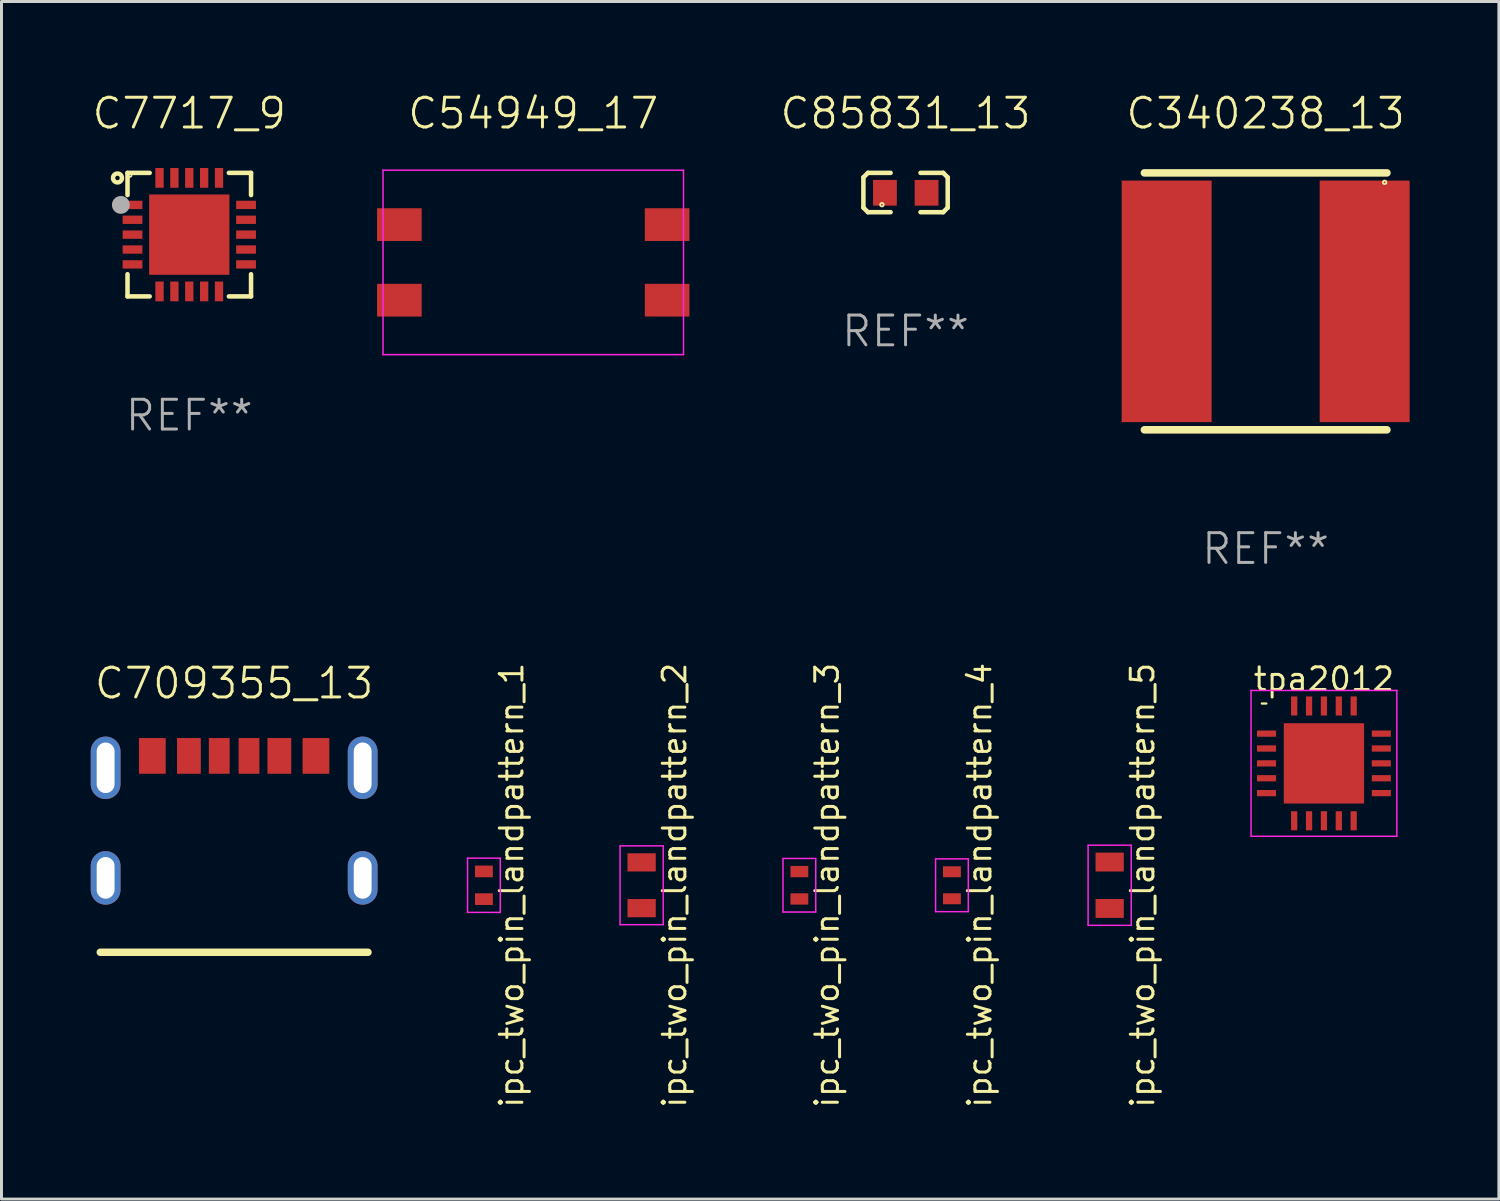
<source format=kicad_pcb>
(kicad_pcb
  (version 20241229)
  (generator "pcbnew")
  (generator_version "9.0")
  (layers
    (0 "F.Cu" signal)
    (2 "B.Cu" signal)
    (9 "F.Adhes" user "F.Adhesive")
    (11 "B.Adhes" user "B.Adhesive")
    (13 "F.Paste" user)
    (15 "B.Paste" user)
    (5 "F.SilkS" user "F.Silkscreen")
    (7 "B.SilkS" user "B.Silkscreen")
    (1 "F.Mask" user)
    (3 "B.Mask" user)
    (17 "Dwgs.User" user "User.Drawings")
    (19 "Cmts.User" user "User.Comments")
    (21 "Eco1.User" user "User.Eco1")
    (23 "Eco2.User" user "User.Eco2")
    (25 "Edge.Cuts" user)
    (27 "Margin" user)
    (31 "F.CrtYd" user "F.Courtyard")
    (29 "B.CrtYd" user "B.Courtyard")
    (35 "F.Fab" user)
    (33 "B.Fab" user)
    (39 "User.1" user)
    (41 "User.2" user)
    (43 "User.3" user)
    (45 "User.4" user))
  (footprint "ipc_two_pin_landpattern_1"
    (layer "F.Cu")
    (at 13.215 26.706)
    (property "Reference" "ipc_two_pin_landpattern_1" (at 0.931 0 90) (layer "F.SilkS") (effects (font (size 0.762 0.762) (thickness 0.1))))
    (attr through_hole)
    (fp_poly (pts (xy -0.45 -0.12) (xy 0.45 -0.12) (xy 0.45 -0.812) (xy -0.45 -0.812)) (stroke (width 0) (type solid)) (fill yes) (layer "F.Mask"))
    (fp_poly (pts (xy -0.45 0.812) (xy 0.45 0.812) (xy 0.45 0.12) (xy -0.45 0.12)) (stroke (width 0) (type solid)) (fill yes) (layer "F.Mask"))
    (fp_line (start -0.55 -0.912) (end -0.55 0.912) (stroke (width 0.05) (type solid)) (layer "F.CrtYd"))
    (fp_line (start -0.55 0.912) (end 0.55 0.912) (stroke (width 0.05) (type solid)) (layer "F.CrtYd"))
    (fp_line (start 0.55 -0.912) (end -0.55 -0.912) (stroke (width 0.05) (type solid)) (layer "F.CrtYd"))
    (fp_line (start 0.55 0.912) (end 0.55 -0.912) (stroke (width 0.05) (type solid)) (layer "F.CrtYd"))
    (pad "1" smd rect (at 0 -0.466) (size 0.6 0.393) (layers "F.Cu" "F.Paste"))
    (pad "2" smd rect (at 0 0.466) (size 0.6 0.393) (layers "F.Cu" "F.Paste")))
  (footprint "C85831_13"
    (layer "F.Cu")
    (at 27.388 3.421)
    (property "Reference" "C85831_13" (at 0 -2.661 0) (layer "F.SilkS") (effects (font (size 1 1) (thickness 0.1))))
    (attr through_hole)
    (fp_line (start -1.417 -0.508) (end -1.265 -0.661) (stroke (width 0.152) (type solid)) (layer "F.SilkS"))
    (fp_line (start -1.417 0.508) (end -1.417 -0.508) (stroke (width 0.152) (type solid)) (layer "F.SilkS"))
    (fp_line (start -1.265 -0.661) (end -0.503 -0.661) (stroke (width 0.152) (type solid)) (layer "F.SilkS"))
    (fp_line (start -1.265 0.661) (end -1.417 0.508) (stroke (width 0.152) (type solid)) (layer "F.SilkS"))
    (fp_line (start -1.265 0.661) (end -0.503 0.661) (stroke (width 0.152) (type solid)) (layer "F.SilkS"))
    (fp_line (start 1.265 -0.661) (end 0.503 -0.661) (stroke (width 0.152) (type solid)) (layer "F.SilkS"))
    (fp_line (start 1.265 -0.661) (end 1.417 -0.508) (stroke (width 0.152) (type solid)) (layer "F.SilkS"))
    (fp_line (start 1.265 0.661) (end 0.503 0.661) (stroke (width 0.152) (type solid)) (layer "F.SilkS"))
    (fp_line (start 1.417 -0.508) (end 1.417 0.508) (stroke (width 0.152) (type solid)) (layer "F.SilkS"))
    (fp_line (start 1.417 0.508) (end 1.265 0.661) (stroke (width 0.152) (type solid)) (layer "F.SilkS"))
    (fp_arc (start -0.763272 0.409246) (mid -0.823266 0.409246) (end -0.763272 0.409246) (stroke (width 0.059995) (type solid)) (layer "F.SilkS"))
    (fp_text user "REF**" (at 0 4.661 0) (layer "F.Fab") (effects (font (size 1 1) (thickness 0.1))))
    (pad "1" smd rect (at -0.693 0.009 180) (size 0.8 0.864) (layers "F.Cu" "F.Mask" "F.Paste"))
    (pad "2" smd rect (at 0.707 0.009 180) (size 0.8 0.864) (layers "F.Cu" "F.Mask" "F.Paste")))
  (footprint "C340238_13"
    (layer "F.Cu")
    (at 39.492 7.079)
    (property "Reference" "C340238_13" (at 0 -6.318 0) (layer "F.SilkS") (effects (font (size 1 1) (thickness 0.1))))
    (attr through_hole)
    (fp_line (start -4.076 -4.318) (end 4.076 -4.318) (stroke (width 0.254) (type solid)) (layer "F.SilkS"))
    (fp_line (start -4.076 4.318) (end 4.076 4.318) (stroke (width 0.254) (type solid)) (layer "F.SilkS"))
    (fp_arc (start 4.029972 -4) (mid 3.970028 -4) (end 4.029972 -4) (stroke (width 0.059995) (type solid)) (layer "F.SilkS"))
    (fp_text user "REF**" (at 0 8.318 0) (layer "F.Fab") (effects (font (size 1 1) (thickness 0.1))))
    (pad "1" smd rect (at 3.328 0) (size 3.024 8.12) (layers "F.Cu" "F.Mask" "F.Paste"))
    (pad "2" smd rect (at -3.328 0) (size 3.024 8.12) (layers "F.Cu" "F.Mask" "F.Paste")))
  (footprint "C7717_9"
    (layer "F.Cu")
    (at 3.312 4.837)
    (property "Reference" "C7717_9" (at 0 -4.076 0) (layer "F.SilkS") (effects (font (size 1 1) (thickness 0.1))))
    (attr through_hole)
    (fp_line (start -2.076 -2.076) (end -2.076 -1.331) (stroke (width 0.152) (type solid)) (layer "F.SilkS"))
    (fp_line (start -2.076 2.076) (end -2.076 1.331) (stroke (width 0.152) (type solid)) (layer "F.SilkS"))
    (fp_line (start -1.331 -2.076) (end -2.076 -2.076) (stroke (width 0.152) (type solid)) (layer "F.SilkS"))
    (fp_line (start -1.331 2.076) (end -2.076 2.076) (stroke (width 0.152) (type solid)) (layer "F.SilkS"))
    (fp_line (start 1.331 -2.076) (end 2.076 -2.076) (stroke (width 0.152) (type solid)) (layer "F.SilkS"))
    (fp_line (start 1.331 2.076) (end 2.076 2.076) (stroke (width 0.152) (type solid)) (layer "F.SilkS"))
    (fp_line (start 2.076 -2.076) (end 2.076 -1.331) (stroke (width 0.152) (type solid)) (layer "F.SilkS"))
    (fp_line (start 2.076 2.076) (end 2.076 1.331) (stroke (width 0.152) (type solid)) (layer "F.SilkS"))
    (fp_arc (start -2.338075 -1.905004) (mid -2.487935 -1.905004) (end -2.338075 -1.905004) (stroke (width 0.150013) (type solid)) (layer "F.SilkS"))
    (fp_arc (start -1.970028 -2) (mid -2.029972 -2) (end -1.970028 -2) (stroke (width 0.059995) (type solid)) (layer "F.SilkS"))
    (fp_arc (start -2.14986 -1) (mid -2.45009 -1) (end -2.14986 -1) (stroke (width 0.3) (type solid)) (layer "F.Fab"))
    (fp_text user "REF**" (at 0 6.076 0) (layer "F.Fab") (effects (font (size 1 1) (thickness 0.1))))
    (pad "1" smd rect (at -1.908 -1) (size 0.665 0.28) (layers "F.Cu" "F.Mask" "F.Paste"))
    (pad "2" smd rect (at -1.908 -0.5) (size 0.665 0.28) (layers "F.Cu" "F.Mask" "F.Paste"))
    (pad "3" smd rect (at -1.908 0) (size 0.665 0.28) (layers "F.Cu" "F.Mask" "F.Paste"))
    (pad "4" smd rect (at -1.908 0.5) (size 0.665 0.28) (layers "F.Cu" "F.Mask" "F.Paste"))
    (pad "5" smd rect (at -1.908 1) (size 0.665 0.28) (layers "F.Cu" "F.Mask" "F.Paste"))
    (pad "6" smd rect (at -1 1.908) (size 0.28 0.665) (layers "F.Cu" "F.Mask" "F.Paste"))
    (pad "7" smd rect (at -0.5 1.908) (size 0.28 0.665) (layers "F.Cu" "F.Mask" "F.Paste"))
    (pad "8" smd rect (at 0 1.908) (size 0.28 0.665) (layers "F.Cu" "F.Mask" "F.Paste"))
    (pad "9" smd rect (at 0.5 1.908) (size 0.28 0.665) (layers "F.Cu" "F.Mask" "F.Paste"))
    (pad "10" smd rect (at 1 1.908) (size 0.28 0.665) (layers "F.Cu" "F.Mask" "F.Paste"))
    (pad "11" smd rect (at 1.908 1) (size 0.665 0.28) (layers "F.Cu" "F.Mask" "F.Paste"))
    (pad "12" smd rect (at 1.908 0.5) (size 0.665 0.28) (layers "F.Cu" "F.Mask" "F.Paste"))
    (pad "13" smd rect (at 1.908 0) (size 0.665 0.28) (layers "F.Cu" "F.Mask" "F.Paste"))
    (pad "14" smd rect (at 1.908 -0.5) (size 0.665 0.28) (layers "F.Cu" "F.Mask" "F.Paste"))
    (pad "15" smd rect (at 1.908 -1) (size 0.665 0.28) (layers "F.Cu" "F.Mask" "F.Paste"))
    (pad "16" smd rect (at 1 -1.908) (size 0.28 0.665) (layers "F.Cu" "F.Mask" "F.Paste"))
    (pad "17" smd rect (at 0.5 -1.908) (size 0.28 0.665) (layers "F.Cu" "F.Mask" "F.Paste"))
    (pad "18" smd rect (at 0 -1.908) (size 0.28 0.665) (layers "F.Cu" "F.Mask" "F.Paste"))
    (pad "19" smd rect (at -0.5 -1.908) (size 0.28 0.665) (layers "F.Cu" "F.Mask" "F.Paste"))
    (pad "20" smd rect (at -1 -1.908) (size 0.28 0.665) (layers "F.Cu" "F.Mask" "F.Paste"))
    (pad "21" smd rect (at 0 0) (size 2.7 2.7) (layers "F.Cu" "F.Mask" "F.Paste")))
  (footprint "ipc_two_pin_landpattern_3"
    (layer "F.Cu")
    (at 23.819 26.706)
    (property "Reference" "ipc_two_pin_landpattern_3" (at 0.931 0 90) (layer "F.SilkS") (effects (font (size 0.762 0.762) (thickness 0.1))))
    (attr through_hole)
    (fp_poly (pts (xy -0.45 -0.12) (xy 0.45 -0.12) (xy 0.45 -0.8) (xy -0.45 -0.8)) (stroke (width 0) (type solid)) (fill yes) (layer "F.Mask"))
    (fp_poly (pts (xy -0.45 0.8) (xy 0.45 0.8) (xy 0.45 0.12) (xy -0.45 0.12)) (stroke (width 0) (type solid)) (fill yes) (layer "F.Mask"))
    (fp_line (start -0.55 -0.9) (end -0.55 0.9) (stroke (width 0.05) (type solid)) (layer "F.CrtYd"))
    (fp_line (start -0.55 0.9) (end 0.55 0.9) (stroke (width 0.05) (type solid)) (layer "F.CrtYd"))
    (fp_line (start 0.55 -0.9) (end -0.55 -0.9) (stroke (width 0.05) (type solid)) (layer "F.CrtYd"))
    (fp_line (start 0.55 0.9) (end 0.55 -0.9) (stroke (width 0.05) (type solid)) (layer "F.CrtYd"))
    (pad "1" smd rect (at 0 -0.46) (size 0.6 0.38) (layers "F.Cu" "F.Paste"))
    (pad "2" smd rect (at 0 0.46) (size 0.6 0.38) (layers "F.Cu" "F.Paste")))
  (footprint "tpa2012"
    (layer "F.Cu")
    (at 41.451 22.609)
    (property "Reference" "tpa2012" (at 0 -2.831 0) (layer "F.SilkS") (effects (font (size 0.762 0.762) (thickness 0.1))))
    (attr through_hole)
    (fp_poly (pts (xy -2.4 -0.745) (xy -1.459 -0.745) (xy -1.459 -1.255) (xy -2.4 -1.255)) (stroke (width 0) (type solid)) (fill yes) (layer "F.Mask"))
    (fp_poly (pts (xy -2.4 -0.245) (xy -1.459 -0.245) (xy -1.459 -0.755) (xy -2.4 -0.755)) (stroke (width 0) (type solid)) (fill yes) (layer "F.Mask"))
    (fp_poly (pts (xy -2.4 0.255) (xy -1.459 0.255) (xy -1.459 -0.255) (xy -2.4 -0.255)) (stroke (width 0) (type solid)) (fill yes) (layer "F.Mask"))
    (fp_poly (pts (xy -2.4 0.755) (xy -1.459 0.755) (xy -1.459 0.245) (xy -2.4 0.245)) (stroke (width 0) (type solid)) (fill yes) (layer "F.Mask"))
    (fp_poly (pts (xy -2.4 1.255) (xy -1.459 1.255) (xy -1.459 0.745) (xy -2.4 0.745)) (stroke (width 0) (type solid)) (fill yes) (layer "F.Mask"))
    (fp_poly (pts (xy -1.5 1.5) (xy 1.5 1.5) (xy 1.5 -1.5) (xy -1.5 -1.5)) (stroke (width 0) (type solid)) (fill yes) (layer "F.Mask"))
    (fp_poly (pts (xy -1.255 -1.459) (xy -0.745 -1.459) (xy -0.745 -2.4) (xy -1.255 -2.4)) (stroke (width 0) (type solid)) (fill yes) (layer "F.Mask"))
    (fp_poly (pts (xy -1.255 2.4) (xy -0.745 2.4) (xy -0.745 1.459) (xy -1.255 1.459)) (stroke (width 0) (type solid)) (fill yes) (layer "F.Mask"))
    (fp_poly (pts (xy -0.755 -1.459) (xy -0.245 -1.459) (xy -0.245 -2.4) (xy -0.755 -2.4)) (stroke (width 0) (type solid)) (fill yes) (layer "F.Mask"))
    (fp_poly (pts (xy -0.755 2.4) (xy -0.245 2.4) (xy -0.245 1.459) (xy -0.755 1.459)) (stroke (width 0) (type solid)) (fill yes) (layer "F.Mask"))
    (fp_poly (pts (xy -0.255 -1.459) (xy 0.255 -1.459) (xy 0.255 -2.4) (xy -0.255 -2.4)) (stroke (width 0) (type solid)) (fill yes) (layer "F.Mask"))
    (fp_poly (pts (xy -0.255 2.4) (xy 0.255 2.4) (xy 0.255 1.459) (xy -0.255 1.459)) (stroke (width 0) (type solid)) (fill yes) (layer "F.Mask"))
    (fp_poly (pts (xy 0.245 -1.459) (xy 0.755 -1.459) (xy 0.755 -2.4) (xy 0.245 -2.4)) (stroke (width 0) (type solid)) (fill yes) (layer "F.Mask"))
    (fp_poly (pts (xy 0.245 2.4) (xy 0.755 2.4) (xy 0.755 1.459) (xy 0.245 1.459)) (stroke (width 0) (type solid)) (fill yes) (layer "F.Mask"))
    (fp_poly (pts (xy 0.745 -1.459) (xy 1.255 -1.459) (xy 1.255 -2.4) (xy 0.745 -2.4)) (stroke (width 0) (type solid)) (fill yes) (layer "F.Mask"))
    (fp_poly (pts (xy 0.745 2.4) (xy 1.255 2.4) (xy 1.255 1.459) (xy 0.745 1.459)) (stroke (width 0) (type solid)) (fill yes) (layer "F.Mask"))
    (fp_poly (pts (xy 1.459 -0.745) (xy 2.4 -0.745) (xy 2.4 -1.255) (xy 1.459 -1.255)) (stroke (width 0) (type solid)) (fill yes) (layer "F.Mask"))
    (fp_poly (pts (xy 1.459 -0.245) (xy 2.4 -0.245) (xy 2.4 -0.755) (xy 1.459 -0.755)) (stroke (width 0) (type solid)) (fill yes) (layer "F.Mask"))
    (fp_poly (pts (xy 1.459 0.255) (xy 2.4 0.255) (xy 2.4 -0.255) (xy 1.459 -0.255)) (stroke (width 0) (type solid)) (fill yes) (layer "F.Mask"))
    (fp_poly (pts (xy 1.459 0.755) (xy 2.4 0.755) (xy 2.4 0.245) (xy 1.459 0.245)) (stroke (width 0) (type solid)) (fill yes) (layer "F.Mask"))
    (fp_poly (pts (xy 1.459 1.255) (xy 2.4 1.255) (xy 2.4 0.745) (xy 1.459 0.745)) (stroke (width 0) (type solid)) (fill yes) (layer "F.Mask"))
    (fp_line (start -2.088 -2.012) (end -1.936 -2.012) (stroke (width 0.076) (type solid)) (layer "F.SilkS"))
    (fp_line (start -2.45 -2.45) (end -2.45 2.45) (stroke (width 0.05) (type solid)) (layer "F.CrtYd"))
    (fp_line (start -2.45 2.45) (end 2.45 2.45) (stroke (width 0.05) (type solid)) (layer "F.CrtYd"))
    (fp_line (start 2.45 -2.45) (end -2.45 -2.45) (stroke (width 0.05) (type solid)) (layer "F.CrtYd"))
    (fp_line (start 2.45 2.45) (end 2.45 -2.45) (stroke (width 0.05) (type solid)) (layer "F.CrtYd"))
    (pad "1" smd rect (at -1.929 -1) (size 0.641 0.21) (layers "F.Cu" "F.Paste"))
    (pad "2" smd rect (at -1.929 -0.5) (size 0.641 0.21) (layers "F.Cu" "F.Paste"))
    (pad "3" smd rect (at -1.929 0) (size 0.641 0.21) (layers "F.Cu" "F.Paste"))
    (pad "4" smd rect (at -1.929 0.5) (size 0.641 0.21) (layers "F.Cu" "F.Paste"))
    (pad "5" smd rect (at -1.929 1) (size 0.641 0.21) (layers "F.Cu" "F.Paste"))
    (pad "6" smd rect (at -1 1.929) (size 0.21 0.641) (layers "F.Cu" "F.Paste"))
    (pad "7" smd rect (at -0.5 1.929) (size 0.21 0.641) (layers "F.Cu" "F.Paste"))
    (pad "8" smd rect (at 0 1.929) (size 0.21 0.641) (layers "F.Cu" "F.Paste"))
    (pad "9" smd rect (at 0.5 1.929) (size 0.21 0.641) (layers "F.Cu" "F.Paste"))
    (pad "10" smd rect (at 1 1.929) (size 0.21 0.641) (layers "F.Cu" "F.Paste"))
    (pad "11" smd rect (at 1.929 1) (size 0.641 0.21) (layers "F.Cu" "F.Paste"))
    (pad "12" smd rect (at 1.929 0.5) (size 0.641 0.21) (layers "F.Cu" "F.Paste"))
    (pad "13" smd rect (at 1.929 0) (size 0.641 0.21) (layers "F.Cu" "F.Paste"))
    (pad "14" smd rect (at 1.929 -0.5) (size 0.641 0.21) (layers "F.Cu" "F.Paste"))
    (pad "15" smd rect (at 1.929 -1) (size 0.641 0.21) (layers "F.Cu" "F.Paste"))
    (pad "16" smd rect (at 1 -1.929) (size 0.21 0.641) (layers "F.Cu" "F.Paste"))
    (pad "17" smd rect (at 0.5 -1.929) (size 0.21 0.641) (layers "F.Cu" "F.Paste"))
    (pad "18" smd rect (at 0 -1.929) (size 0.21 0.641) (layers "F.Cu" "F.Paste"))
    (pad "19" smd rect (at -0.5 -1.929) (size 0.21 0.641) (layers "F.Cu" "F.Paste"))
    (pad "20" smd rect (at -1 -1.929) (size 0.21 0.641) (layers "F.Cu" "F.Paste"))
    (pad "21" smd rect (at 0 0) (size 2.7 2.7) (layers "F.Cu" "F.Paste")))
  (footprint "C54949_17"
    (layer "F.Cu")
    (at 14.874 5.77)
    (property "Reference" "C54949_17" (at 0 -5.01 0) (layer "F.SilkS") (effects (font (size 1 1) (thickness 0.1))))
    (attr through_hole)
    (fp_line (start -5.05 -3.1) (end -5.05 3.1) (stroke (width 0.05) (type solid)) (layer "F.CrtYd"))
    (fp_line (start -5.05 3.1) (end 5.05 3.1) (stroke (width 0.05) (type solid)) (layer "F.CrtYd"))
    (fp_line (start 5.05 -3.1) (end -5.05 -3.1) (stroke (width 0.05) (type solid)) (layer "F.CrtYd"))
    (fp_line (start 5.05 3.1) (end 5.05 -3.1) (stroke (width 0.05) (type solid)) (layer "F.CrtYd"))
    (pad "1" smd rect (at -4.5 -1.27 270) (size 1.1 1.5) (layers "F.Cu" "F.Mask" "F.Paste"))
    (pad "2" smd rect (at -4.5 1.27 270) (size 1.1 1.5) (layers "F.Cu" "F.Mask" "F.Paste"))
    (pad "3" smd rect (at 4.5 1.27 270) (size 1.1 1.5) (layers "F.Cu" "F.Mask" "F.Paste"))
    (pad "4" smd rect (at 4.5 -1.27 270) (size 1.1 1.5) (layers "F.Cu" "F.Mask" "F.Paste")))
  (footprint "ipc_two_pin_landpattern_4"
    (layer "F.Cu")
    (at 28.947 26.706)
    (property "Reference" "ipc_two_pin_landpattern_4" (at 0.931 0 90) (layer "F.SilkS") (effects (font (size 0.762 0.762) (thickness 0.1))))
    (attr through_hole)
    (fp_poly (pts (xy -0.45 -0.12) (xy 0.45 -0.12) (xy 0.45 -0.787) (xy -0.45 -0.787)) (stroke (width 0) (type solid)) (fill yes) (layer "F.Mask"))
    (fp_poly (pts (xy -0.45 0.787) (xy 0.45 0.787) (xy 0.45 0.12) (xy -0.45 0.12)) (stroke (width 0) (type solid)) (fill yes) (layer "F.Mask"))
    (fp_line (start -0.55 -0.887) (end -0.55 0.887) (stroke (width 0.05) (type solid)) (layer "F.CrtYd"))
    (fp_line (start -0.55 0.887) (end 0.55 0.887) (stroke (width 0.05) (type solid)) (layer "F.CrtYd"))
    (fp_line (start 0.55 -0.887) (end -0.55 -0.887) (stroke (width 0.05) (type solid)) (layer "F.CrtYd"))
    (fp_line (start 0.55 0.887) (end 0.55 -0.887) (stroke (width 0.05) (type solid)) (layer "F.CrtYd"))
    (pad "1" smd rect (at 0 -0.454) (size 0.6 0.368) (layers "F.Cu" "F.Paste"))
    (pad "2" smd rect (at 0 0.454) (size 0.6 0.368) (layers "F.Cu" "F.Paste")))
  (footprint "C709355_13"
    (layer "F.Cu")
    (at 4.82 25.438)
    (property "Reference" "C709355_13" (at 0 -5.52 0) (layer "F.SilkS") (effects (font (size 1 1) (thickness 0.1))))
    (attr through_hole)
    (fp_line (start -4.5 3.52) (end 4.5 3.52) (stroke (width 0.25) (type solid)) (layer "F.SilkS"))
    (pad "1" thru_hole oval (at -4.32 -2.68) (size 1 2.1) (drill oval 0.6 1.7) (layers "*.Cu" "*.Mask"))
    (pad "2" thru_hole oval (at 4.32 -2.68) (size 1 2.1) (drill oval 0.6 1.7) (layers "*.Cu" "*.Mask"))
    (pad "3" thru_hole oval (at -4.32 1.02) (size 1 1.8) (drill oval 0.6 1.4) (layers "*.Cu" "*.Mask"))
    (pad "4" thru_hole oval (at 4.32 1.02) (size 1 1.8) (drill oval 0.6 1.4) (layers "*.Cu" "*.Mask"))
    (pad "A5" smd rect (at -0.5 -3.08) (size 0.7 1.2) (layers "F.Cu" "F.Mask" "F.Paste"))
    (pad "A9" smd rect (at 1.52 -3.08) (size 0.8 1.2) (layers "F.Cu" "F.Mask" "F.Paste"))
    (pad "A12" smd rect (at 2.75 -3.08) (size 0.9 1.2) (layers "F.Cu" "F.Mask" "F.Paste"))
    (pad "B5" smd rect (at 0.5 -3.08) (size 0.7 1.2) (layers "F.Cu" "F.Mask" "F.Paste"))
    (pad "B9" smd rect (at -1.52 -3.08) (size 0.8 1.2) (layers "F.Cu" "F.Mask" "F.Paste"))
    (pad "B12" smd rect (at -2.75 -3.08) (size 0.9 1.2) (layers "F.Cu" "F.Mask" "F.Paste")))
  (footprint "ipc_two_pin_landpattern_2"
    (layer "F.Cu")
    (at 18.517 26.706)
    (property "Reference" "ipc_two_pin_landpattern_2" (at 1.106 0 90) (layer "F.SilkS") (effects (font (size 0.762 0.762) (thickness 0.1))))
    (attr through_hole)
    (fp_poly (pts (xy -0.625 -0.313) (xy 0.625 -0.313) (xy 0.625 -1.225) (xy -0.625 -1.225)) (stroke (width 0) (type solid)) (fill yes) (layer "F.Mask"))
    (fp_poly (pts (xy -0.625 1.225) (xy 0.625 1.225) (xy 0.625 0.313) (xy -0.625 0.313)) (stroke (width 0) (type solid)) (fill yes) (layer "F.Mask"))
    (fp_line (start -0.725 -1.325) (end -0.725 1.325) (stroke (width 0.05) (type solid)) (layer "F.CrtYd"))
    (fp_line (start -0.725 1.325) (end 0.725 1.325) (stroke (width 0.05) (type solid)) (layer "F.CrtYd"))
    (fp_line (start 0.725 -1.325) (end -0.725 -1.325) (stroke (width 0.05) (type solid)) (layer "F.CrtYd"))
    (fp_line (start 0.725 1.325) (end 0.725 -1.325) (stroke (width 0.05) (type solid)) (layer "F.CrtYd"))
    (pad "1" smd rect (at 0 -0.769) (size 0.95 0.612) (layers "F.Cu" "F.Paste"))
    (pad "2" smd rect (at 0 0.769) (size 0.95 0.612) (layers "F.Cu" "F.Paste")))
  (footprint "ipc_two_pin_landpattern_5"
    (layer "F.Cu")
    (at 34.249 26.706)
    (property "Reference" "ipc_two_pin_landpattern_5" (at 1.106 0 90) (layer "F.SilkS") (effects (font (size 0.762 0.762) (thickness 0.1))))
    (attr through_hole)
    (fp_poly (pts (xy -0.625 -0.313) (xy 0.625 -0.313) (xy 0.625 -1.248) (xy -0.625 -1.248)) (stroke (width 0) (type solid)) (fill yes) (layer "F.Mask"))
    (fp_poly (pts (xy -0.625 1.248) (xy 0.625 1.248) (xy 0.625 0.313) (xy -0.625 0.313)) (stroke (width 0) (type solid)) (fill yes) (layer "F.Mask"))
    (fp_line (start -0.725 -1.347) (end -0.725 1.347) (stroke (width 0.05) (type solid)) (layer "F.CrtYd"))
    (fp_line (start -0.725 1.347) (end 0.725 1.347) (stroke (width 0.05) (type solid)) (layer "F.CrtYd"))
    (fp_line (start 0.725 -1.347) (end -0.725 -1.347) (stroke (width 0.05) (type solid)) (layer "F.CrtYd"))
    (fp_line (start 0.725 1.347) (end 0.725 -1.347) (stroke (width 0.05) (type solid)) (layer "F.CrtYd"))
    (pad "1" smd rect (at 0 -0.78) (size 0.95 0.635) (layers "F.Cu" "F.Paste"))
    (pad "2" smd rect (at 0 0.78) (size 0.95 0.635) (layers "F.Cu" "F.Paste")))
  (gr_rect
    (start -3 -3)
    (end 47.332 37.254)
    (stroke (width 0.1) (type default))
    (fill no)
    (layer "Edge.Cuts")))
</source>
